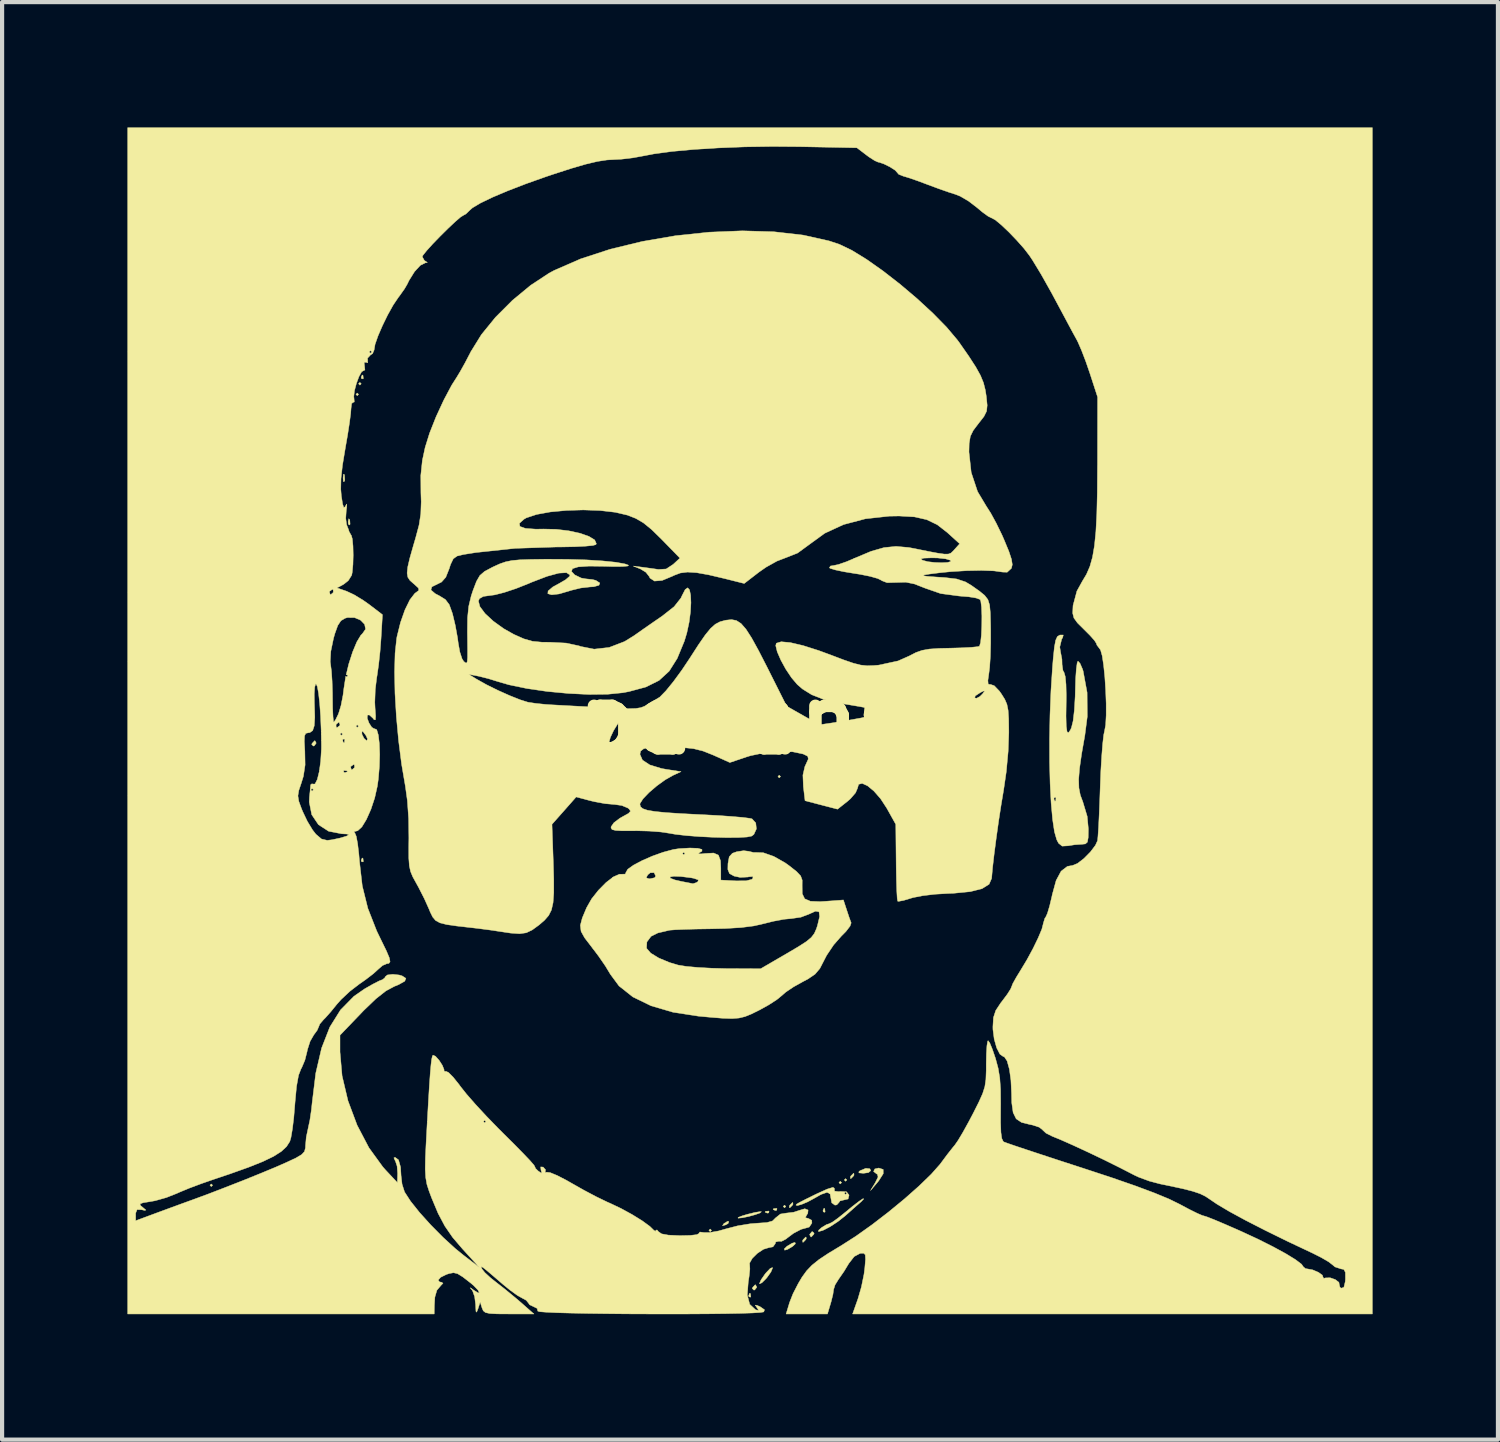
<source format=kicad_pcb>
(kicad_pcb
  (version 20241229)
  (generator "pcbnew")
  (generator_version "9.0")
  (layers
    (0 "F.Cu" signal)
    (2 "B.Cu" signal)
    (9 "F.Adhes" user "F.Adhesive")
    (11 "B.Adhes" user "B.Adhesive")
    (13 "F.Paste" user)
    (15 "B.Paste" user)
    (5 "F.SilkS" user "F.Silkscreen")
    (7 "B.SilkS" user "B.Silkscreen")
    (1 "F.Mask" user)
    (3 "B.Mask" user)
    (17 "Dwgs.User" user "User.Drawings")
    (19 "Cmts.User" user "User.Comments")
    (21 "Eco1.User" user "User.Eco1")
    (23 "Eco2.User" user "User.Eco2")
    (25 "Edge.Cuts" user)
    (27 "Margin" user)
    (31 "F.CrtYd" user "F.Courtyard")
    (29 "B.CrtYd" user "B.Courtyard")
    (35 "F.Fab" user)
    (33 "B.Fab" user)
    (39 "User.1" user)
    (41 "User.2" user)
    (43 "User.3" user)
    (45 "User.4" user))
  (footprint "pavan5"
    (layer "F.Cu")
    (at 14.864 14.165)
    (property "Reference" "pavan5" (at 0 0 0) (layer "F.SilkS") (effects (font (size 1.524 1.524) (thickness 0.3))))
    (attr through_hole)
    (fp_poly (pts (xy -12.827 11.144) (xy -12.859 11.176) (xy -12.89 11.144) (xy -12.859 11.113) (xy -12.827 11.144)) (stroke (width 0.01) (type solid)) (fill yes) (layer "F.SilkS"))
    (fp_poly (pts (xy -9.335 -7.779) (xy -9.366 -7.747) (xy -9.398 -7.779) (xy -9.366 -7.811) (xy -9.335 -7.779)) (stroke (width 0.01) (type solid)) (fill yes) (layer "F.SilkS"))
    (fp_poly (pts (xy -9.271 -8.033) (xy -9.303 -8.001) (xy -9.335 -8.033) (xy -9.303 -8.065) (xy -9.271 -8.033)) (stroke (width 0.01) (type solid)) (fill yes) (layer "F.SilkS"))
    (fp_poly (pts (xy -0.889 12.224) (xy -0.921 12.255) (xy -0.953 12.224) (xy -0.921 12.192) (xy -0.889 12.224)) (stroke (width 0.01) (type solid)) (fill yes) (layer "F.SilkS"))
    (fp_poly (pts (xy 0.762 1.365) (xy 0.73 1.397) (xy 0.699 1.365) (xy 0.73 1.333) (xy 0.762 1.365)) (stroke (width 0.01) (type solid)) (fill yes) (layer "F.SilkS"))
    (fp_poly (pts (xy 0.889 11.652) (xy 0.857 11.684) (xy 0.826 11.652) (xy 0.857 11.62) (xy 0.889 11.652)) (stroke (width 0.01) (type solid)) (fill yes) (layer "F.SilkS"))
    (fp_poly (pts (xy 2.223 11.081) (xy 2.191 11.113) (xy 2.159 11.081) (xy 2.191 11.049) (xy 2.223 11.081)) (stroke (width 0.01) (type solid)) (fill yes) (layer "F.SilkS"))
    (fp_poly (pts (xy 2.349 11.017) (xy 2.318 11.049) (xy 2.286 11.017) (xy 2.318 10.986) (xy 2.349 11.017)) (stroke (width 0.01) (type solid)) (fill yes) (layer "F.SilkS"))
    (fp_poly (pts (xy -9.673 -5.858) (xy -9.665 -5.728) (xy -9.673 -5.699) (xy -9.697 -5.691) (xy -9.705 -5.779) (xy -9.695 -5.869) (xy -9.673 -5.858)) (stroke (width 0.01) (type solid)) (fill yes) (layer "F.SilkS"))
    (fp_poly (pts (xy -9.545 -4.774) (xy -9.538 -4.675) (xy -9.55 -4.653) (xy -9.579 -4.672) (xy -9.583 -4.736) (xy -9.568 -4.804) (xy -9.545 -4.774)) (stroke (width 0.01) (type solid)) (fill yes) (layer "F.SilkS"))
    (fp_poly (pts (xy -9.229 -8.234) (xy -9.221 -8.158) (xy -9.229 -8.149) (xy -9.266 -8.158) (xy -9.271 -8.191) (xy -9.248 -8.244) (xy -9.229 -8.234)) (stroke (width 0.01) (type solid)) (fill yes) (layer "F.SilkS"))
    (fp_poly (pts (xy -9.229 3.323) (xy -9.221 3.399) (xy -9.229 3.408) (xy -9.266 3.399) (xy -9.271 3.365) (xy -9.248 3.313) (xy -9.229 3.323)) (stroke (width 0.01) (type solid)) (fill yes) (layer "F.SilkS"))
    (fp_poly (pts (xy 0.042 13.737) (xy 0.05 13.813) (xy 0.042 13.822) (xy 0.005 13.813) (xy 0 13.78) (xy 0.023 13.727) (xy 0.042 13.737)) (stroke (width 0.01) (type solid)) (fill yes) (layer "F.SilkS"))
    (fp_poly (pts (xy 0.487 11.769) (xy 0.478 11.806) (xy 0.445 11.811) (xy 0.392 11.788) (xy 0.402 11.769) (xy 0.478 11.761) (xy 0.487 11.769)) (stroke (width 0.01) (type solid)) (fill yes) (layer "F.SilkS"))
    (fp_poly (pts (xy 0.677 11.705) (xy 0.669 11.743) (xy 0.635 11.748) (xy 0.583 11.724) (xy 0.593 11.705) (xy 0.668 11.698) (xy 0.677 11.705)) (stroke (width 0.01) (type solid)) (fill yes) (layer "F.SilkS"))
    (fp_poly (pts (xy 1.82 11.705) (xy 1.828 11.781) (xy 1.82 11.79) (xy 1.783 11.781) (xy 1.778 11.748) (xy 1.801 11.695) (xy 1.82 11.705)) (stroke (width 0.01) (type solid)) (fill yes) (layer "F.SilkS"))
    (fp_poly (pts (xy -0.475 12.014) (xy -0.494 12.061) (xy -0.553 12.093) (xy -0.627 12.112) (xy -0.597 12.065) (xy -0.588 12.057) (xy -0.505 12.007) (xy -0.475 12.014)) (stroke (width 0.01) (type solid)) (fill yes) (layer "F.SilkS"))
    (fp_poly (pts (xy -10.351 0.557) (xy -10.351 0.572) (xy -10.399 0.633) (xy -10.418 0.635) (xy -10.456 0.596) (xy -10.446 0.572) (xy -10.389 0.511) (xy -10.379 0.508) (xy -10.351 0.557)) (stroke (width 0.01) (type solid)) (fill yes) (layer "F.SilkS"))
    (fp_poly (pts (xy 0.19 13.575) (xy 0.191 13.589) (xy 0.142 13.65) (xy 0.123 13.652) (xy 0.085 13.614) (xy 0.095 13.589) (xy 0.152 13.528) (xy 0.162 13.525) (xy 0.19 13.575)) (stroke (width 0.01) (type solid)) (fill yes) (layer "F.SilkS"))
    (fp_poly (pts (xy 1.06 11.598) (xy 1.048 11.62) (xy 0.988 11.681) (xy 0.977 11.684) (xy 0.972 11.643) (xy 0.984 11.62) (xy 1.044 11.56) (xy 1.055 11.557) (xy 1.06 11.598)) (stroke (width 0.01) (type solid)) (fill yes) (layer "F.SilkS"))
    (fp_poly (pts (xy 1.117 12.544) (xy 1.051 12.607) (xy 0.93 12.679) (xy 0.861 12.698) (xy 0.852 12.666) (xy 0.917 12.603) (xy 1.039 12.531) (xy 1.108 12.512) (xy 1.117 12.544)) (stroke (width 0.01) (type solid)) (fill yes) (layer "F.SilkS"))
    (fp_poly (pts (xy 1.377 12.424) (xy 1.365 12.446) (xy 1.305 12.507) (xy 1.294 12.509) (xy 1.29 12.468) (xy 1.302 12.446) (xy 1.362 12.385) (xy 1.373 12.383) (xy 1.377 12.424)) (stroke (width 0.01) (type solid)) (fill yes) (layer "F.SilkS"))
    (fp_poly (pts (xy 1.566 12.294) (xy 1.556 12.319) (xy 1.499 12.38) (xy 1.489 12.383) (xy 1.461 12.333) (xy 1.46 12.319) (xy 1.509 12.258) (xy 1.528 12.255) (xy 1.566 12.294)) (stroke (width 0.01) (type solid)) (fill yes) (layer "F.SilkS"))
    (fp_poly (pts (xy 2.52 10.9) (xy 2.508 10.922) (xy 2.448 10.983) (xy 2.437 10.986) (xy 2.433 10.944) (xy 2.445 10.922) (xy 2.505 10.861) (xy 2.516 10.858) (xy 2.52 10.9)) (stroke (width 0.01) (type solid)) (fill yes) (layer "F.SilkS"))
    (fp_poly (pts (xy 2.898 10.749) (xy 2.921 10.795) (xy 2.866 10.841) (xy 2.746 10.858) (xy 2.636 10.848) (xy 2.639 10.815) (xy 2.667 10.795) (xy 2.801 10.739) (xy 2.898 10.749)) (stroke (width 0.01) (type solid)) (fill yes) (layer "F.SilkS"))
    (fp_poly (pts (xy 0.305 11.778) (xy 0.27 11.807) (xy 0.152 11.849) (xy -0.004 11.892) (xy -0.156 11.923) (xy -0.254 11.932) (xy -0.254 11.915) (xy -0.154 11.876) (xy -0.034 11.84) (xy 0.149 11.795) (xy 0.274 11.775) (xy 0.305 11.778)) (stroke (width 0.01) (type solid)) (fill yes) (layer "F.SilkS"))
    (fp_poly (pts (xy 0.571 13.125) (xy 0.532 13.219) (xy 0.436 13.354) (xy 0.415 13.379) (xy 0.316 13.477) (xy 0.262 13.503) (xy 0.258 13.494) (xy 0.296 13.407) (xy 0.388 13.273) (xy 0.415 13.24) (xy 0.512 13.138) (xy 0.567 13.113) (xy 0.571 13.125)) (stroke (width 0.01) (type solid)) (fill yes) (layer "F.SilkS"))
    (fp_poly (pts (xy 3.218 10.766) (xy 3.219 10.868) (xy 3.113 11.035) (xy 3.076 11.081) (xy 2.914 11.271) (xy 3.027 11.086) (xy 3.095 10.948) (xy 3.08 10.882) (xy 3.063 10.874) (xy 2.988 10.815) (xy 3.017 10.754) (xy 3.111 10.732) (xy 3.218 10.766)) (stroke (width 0.01) (type solid)) (fill yes) (layer "F.SilkS"))
    (fp_poly (pts (xy 2.754 11.47) (xy 2.692 11.536) (xy 2.667 11.558) (xy 2.511 11.695) (xy 2.336 11.851) (xy 2.31 11.874) (xy 2.136 12.012) (xy 1.945 12.137) (xy 1.774 12.225) (xy 1.67 12.253) (xy 1.673 12.221) (xy 1.743 12.158) (xy 1.861 12.086) (xy 1.926 12.065) (xy 2.002 12.027) (xy 2.143 11.926) (xy 2.311 11.791) (xy 2.492 11.642) (xy 2.645 11.525) (xy 2.731 11.468) (xy 2.754 11.47)) (stroke (width 0.01) (type solid)) (fill yes) (layer "F.SilkS"))
    (fp_poly (pts (xy 2.051 11.219) (xy 2.05 11.221) (xy 2.053 11.285) (xy 2.149 11.297) (xy 2.196 11.293) (xy 2.34 11.3) (xy 2.399 11.377) (xy 2.401 11.382) (xy 2.378 11.473) (xy 2.291 11.493) (xy 2.185 11.519) (xy 2.159 11.557) (xy 2.108 11.613) (xy 2.064 11.62) (xy 1.987 11.565) (xy 1.968 11.462) (xy 1.947 11.347) (xy 1.92 11.335) (xy 2.286 11.335) (xy 2.318 11.367) (xy 2.349 11.335) (xy 2.318 11.303) (xy 2.286 11.335) (xy 1.92 11.335) (xy 1.874 11.314) (xy 1.731 11.364) (xy 1.556 11.463) (xy 1.41 11.542) (xy 1.269 11.601) (xy 1.166 11.63) (xy 1.13 11.62) (xy 1.148 11.595) (xy 1.214 11.557) (xy 1.365 11.479) (xy 1.572 11.377) (xy 1.63 11.349) (xy 1.877 11.237) (xy 2.017 11.194) (xy 2.051 11.219)) (stroke (width 0.01) (type solid)) (fill yes) (layer "F.SilkS"))
    (fp_poly (pts (xy 7.512 -1.96) (xy 7.488 -1.92) (xy 7.443 -1.734) (xy 7.462 -1.613) (xy 7.495 -1.44) (xy 7.498 -1.314) (xy 7.518 -1.174) (xy 7.547 -1.122) (xy 7.574 -1.028) (xy 7.592 -0.839) (xy 7.598 -0.588) (xy 7.597 -0.443) (xy 7.592 -0.081) (xy 7.598 0.162) (xy 7.617 0.293) (xy 7.65 0.319) (xy 7.698 0.249) (xy 7.722 0.196) (xy 7.762 0.035) (xy 7.792 -0.222) (xy 7.811 -0.546) (xy 7.815 -0.7) (xy 7.823 -0.98) (xy 7.839 -1.207) (xy 7.859 -1.354) (xy 7.878 -1.397) (xy 7.928 -1.342) (xy 7.987 -1.206) (xy 8.002 -1.159) (xy 8.097 -0.644) (xy 8.101 -0.069) (xy 8.043 0.381) (xy 7.965 0.825) (xy 7.916 1.168) (xy 7.895 1.432) (xy 7.901 1.638) (xy 7.934 1.808) (xy 7.993 1.966) (xy 7.994 1.968) (xy 8.099 2.317) (xy 8.127 2.619) (xy 8.123 2.825) (xy 8.104 2.934) (xy 8.055 2.977) (xy 7.977 2.985) (xy 7.799 2.997) (xy 7.641 3.022) (xy 7.5 3.03) (xy 7.414 2.961) (xy 7.371 2.879) (xy 7.316 2.688) (xy 7.271 2.389) (xy 7.236 1.999) (xy 7.231 1.905) (xy 7.303 1.905) (xy 7.326 1.957) (xy 7.345 1.947) (xy 7.352 1.872) (xy 7.345 1.863) (xy 7.307 1.871) (xy 7.303 1.905) (xy 7.231 1.905) (xy 7.212 1.536) (xy 7.199 1.018) (xy 7.198 0.463) (xy 7.209 -0.11) (xy 7.232 -0.685) (xy 7.268 -1.243) (xy 7.286 -1.46) (xy 7.314 -1.73) (xy 7.345 -1.896) (xy 7.386 -1.985) (xy 7.444 -2.02) (xy 7.449 -2.021) (xy 7.527 -2.022) (xy 7.512 -1.96)) (stroke (width 0.01) (type solid)) (fill yes) (layer "F.SilkS"))
    (fp_poly (pts (xy -1.219 3.082) (xy -1.118 3.108) (xy -1.118 3.151) (xy -1.179 3.186) (xy -1.214 3.214) (xy -1.128 3.215) (xy -1.048 3.206) (xy -0.84 3.195) (xy -0.724 3.245) (xy -0.675 3.379) (xy -0.667 3.556) (xy -0.667 3.842) (xy -0.308 3.861) (xy -0.064 3.86) (xy 0.076 3.825) (xy 0.099 3.804) (xy 0.101 3.756) (xy 0.001 3.764) (xy -0.018 3.769) (xy -0.205 3.778) (xy -0.349 3.747) (xy -0.46 3.686) (xy -0.499 3.588) (xy -0.496 3.449) (xy -0.466 3.285) (xy -0.39 3.201) (xy -0.286 3.164) (xy -0.12 3.139) (xy 0 3.154) (xy 0.119 3.183) (xy 0.156 3.181) (xy 0.35 3.188) (xy 0.598 3.275) (xy 0.871 3.429) (xy 0.963 3.495) (xy 1.145 3.638) (xy 1.243 3.742) (xy 1.28 3.843) (xy 1.279 3.972) (xy 1.279 3.972) (xy 1.281 4.169) (xy 1.34 4.29) (xy 1.476 4.349) (xy 1.708 4.358) (xy 1.84 4.35) (xy 2.266 4.318) (xy 2.344 4.556) (xy 2.401 4.728) (xy 2.446 4.851) (xy 2.452 4.866) (xy 2.425 4.944) (xy 2.326 5.073) (xy 2.217 5.183) (xy 2.032 5.394) (xy 1.863 5.646) (xy 1.804 5.761) (xy 1.702 5.959) (xy 1.587 6.094) (xy 1.418 6.209) (xy 1.287 6.278) (xy 1.072 6.398) (xy 0.888 6.522) (xy 0.794 6.604) (xy 0.674 6.702) (xy 0.48 6.828) (xy 0.252 6.954) (xy 0.238 6.961) (xy 0.061 7.048) (xy -0.087 7.108) (xy -0.231 7.143) (xy -0.399 7.156) (xy -0.618 7.149) (xy -0.917 7.125) (xy -1.206 7.098) (xy -1.813 7.004) (xy -2.337 6.85) (xy -2.771 6.639) (xy -3.103 6.376) (xy -3.309 6.097) (xy -3.428 5.9) (xy -3.594 5.659) (xy -3.737 5.47) (xy -2.445 5.47) (xy -2.443 5.476) (xy -2.344 5.59) (xy -2.151 5.708) (xy -1.894 5.815) (xy -1.69 5.876) (xy -1.499 5.907) (xy -1.218 5.933) (xy -0.887 5.951) (xy -0.541 5.96) (xy -0.54 5.96) (xy 0.286 5.964) (xy 0.92 5.595) (xy 1.194 5.433) (xy 1.38 5.313) (xy 1.498 5.215) (xy 1.571 5.119) (xy 1.621 5.005) (xy 1.645 4.931) (xy 1.697 4.714) (xy 1.683 4.602) (xy 1.598 4.586) (xy 1.451 4.653) (xy 1.25 4.73) (xy 1.031 4.762) (xy 1.027 4.763) (xy 0.841 4.78) (xy 0.593 4.827) (xy 0.381 4.88) (xy 0.125 4.939) (xy -0.181 4.978) (xy -0.564 5.001) (xy -0.921 5.009) (xy -1.25 5.014) (xy -1.539 5.022) (xy -1.76 5.031) (xy -1.889 5.041) (xy -1.905 5.044) (xy -2.038 5.076) (xy -2.173 5.107) (xy -2.336 5.188) (xy -2.436 5.322) (xy -2.445 5.47) (xy -3.737 5.47) (xy -3.766 5.432) (xy -3.925 5.225) (xy -4.011 5.07) (xy -4.028 4.925) (xy -3.982 4.749) (xy -3.877 4.499) (xy -3.876 4.498) (xy -3.758 4.291) (xy -3.594 4.084) (xy -3.412 3.9) (xy -3.266 3.788) (xy -2.454 3.788) (xy -2.387 3.81) (xy -2.357 3.81) (xy -2.25 3.786) (xy -2.234 3.766) (xy -1.881 3.766) (xy -1.877 3.797) (xy -1.766 3.839) (xy -1.604 3.876) (xy -1.442 3.907) (xy -1.343 3.927) (xy -1.333 3.929) (xy -1.259 3.905) (xy -1.217 3.882) (xy -1.204 3.838) (xy -1.313 3.8) (xy -1.376 3.788) (xy -1.619 3.757) (xy -1.791 3.751) (xy -1.881 3.766) (xy -2.234 3.766) (xy -2.223 3.75) (xy -2.264 3.665) (xy -2.355 3.667) (xy -2.414 3.715) (xy -2.454 3.788) (xy -3.266 3.788) (xy -3.235 3.764) (xy -3.091 3.701) (xy -3.045 3.702) (xy -2.953 3.699) (xy -2.939 3.662) (xy -2.895 3.584) (xy -2.755 3.484) (xy -2.549 3.375) (xy -2.304 3.268) (xy -2.133 3.207) (xy -1.587 3.207) (xy -1.556 3.239) (xy -1.524 3.207) (xy -1.556 3.175) (xy -1.587 3.207) (xy -2.133 3.207) (xy -2.046 3.176) (xy -1.804 3.111) (xy -1.666 3.09) (xy -1.407 3.075) (xy -1.219 3.082)) (stroke (width 0.01) (type solid)) (fill yes) (layer "F.SilkS"))
    (fp_poly (pts (xy 0.602 -11.67) (xy 1.302 -11.59) (xy 1.923 -11.451) (xy 2.172 -11.368) (xy 2.466 -11.227) (xy 2.821 -11.009) (xy 3.215 -10.731) (xy 3.626 -10.411) (xy 4.031 -10.068) (xy 4.409 -9.719) (xy 4.737 -9.384) (xy 4.993 -9.08) (xy 5.036 -9.022) (xy 5.267 -8.691) (xy 5.432 -8.436) (xy 5.545 -8.233) (xy 5.617 -8.058) (xy 5.661 -7.885) (xy 5.685 -7.731) (xy 5.706 -7.518) (xy 5.692 -7.377) (xy 5.629 -7.25) (xy 5.5 -7.085) (xy 5.372 -6.916) (xy 5.303 -6.775) (xy 5.275 -6.606) (xy 5.27 -6.4) (xy 5.324 -5.91) (xy 5.476 -5.453) (xy 5.683 -5.107) (xy 5.791 -4.938) (xy 5.924 -4.694) (xy 6.059 -4.417) (xy 6.109 -4.303) (xy 6.225 -4.023) (xy 6.288 -3.832) (xy 6.307 -3.705) (xy 6.286 -3.618) (xy 6.285 -3.616) (xy 6.185 -3.524) (xy 6.076 -3.527) (xy 5.868 -3.556) (xy 5.569 -3.567) (xy 5.212 -3.56) (xy 4.83 -3.537) (xy 4.572 -3.511) (xy 4.326 -3.48) (xy 4.193 -3.458) (xy 4.175 -3.44) (xy 4.276 -3.425) (xy 4.499 -3.408) (xy 4.691 -3.396) (xy 4.976 -3.362) (xy 5.189 -3.291) (xy 5.326 -3.209) (xy 5.517 -3.074) (xy 5.645 -2.97) (xy 5.723 -2.869) (xy 5.764 -2.74) (xy 5.781 -2.554) (xy 5.788 -2.282) (xy 5.79 -2.153) (xy 5.79 -1.825) (xy 5.782 -1.511) (xy 5.765 -1.25) (xy 5.749 -1.119) (xy 5.723 -0.934) (xy 5.73 -0.848) (xy 5.774 -0.836) (xy 5.785 -0.839) (xy 5.875 -0.808) (xy 5.997 -0.681) (xy 6.048 -0.609) (xy 6.127 -0.483) (xy 6.178 -0.364) (xy 6.207 -0.22) (xy 6.22 -0.019) (xy 6.224 0.272) (xy 6.224 0.318) (xy 6.208 0.762) (xy 6.163 1.25) (xy 6.1 1.683) (xy 6.041 2.035) (xy 5.98 2.43) (xy 5.923 2.836) (xy 5.873 3.219) (xy 5.835 3.546) (xy 5.814 3.784) (xy 5.813 3.801) (xy 5.752 3.942) (xy 5.583 4.048) (xy 5.301 4.119) (xy 4.902 4.158) (xy 4.763 4.163) (xy 4.455 4.181) (xy 4.163 4.216) (xy 3.934 4.261) (xy 3.876 4.278) (xy 3.704 4.33) (xy 3.588 4.351) (xy 3.564 4.347) (xy 3.553 4.277) (xy 3.543 4.103) (xy 3.535 3.849) (xy 3.529 3.539) (xy 3.528 3.414) (xy 3.519 2.508) (xy 3.303 2.121) (xy 3.155 1.895) (xy 2.996 1.713) (xy 2.844 1.587) (xy 2.716 1.529) (xy 2.63 1.551) (xy 2.603 1.646) (xy 2.556 1.755) (xy 2.437 1.893) (xy 2.365 1.957) (xy 2.126 2.146) (xy 1.737 2.045) (xy 1.348 1.943) (xy 1.308 1.605) (xy 1.297 1.331) (xy 1.344 1.126) (xy 1.367 1.077) (xy 1.426 0.946) (xy 1.413 0.879) (xy 1.313 0.83) (xy 1.3 0.825) (xy 1.053 0.773) (xy 0.732 0.764) (xy 0.381 0.796) (xy 0.044 0.866) (xy -0.054 0.896) (xy -0.451 1.03) (xy -0.845 0.853) (xy -1.088 0.756) (xy -1.319 0.698) (xy -1.592 0.669) (xy -1.793 0.661) (xy -2.135 0.657) (xy -2.369 0.669) (xy -2.513 0.7) (xy -2.585 0.755) (xy -2.603 0.831) (xy -2.542 0.971) (xy -2.366 1.087) (xy -2.084 1.173) (xy -1.966 1.194) (xy -1.619 1.248) (xy -1.81 1.336) (xy -1.999 1.443) (xy -2.201 1.59) (xy -2.388 1.75) (xy -2.53 1.899) (xy -2.601 2.012) (xy -2.603 2.031) (xy -2.588 2.088) (xy -2.533 2.134) (xy -2.424 2.171) (xy -2.247 2.201) (xy -1.988 2.227) (xy -1.632 2.251) (xy -1.166 2.275) (xy -1.079 2.279) (xy -0.72 2.298) (xy -0.401 2.321) (xy -0.144 2.343) (xy 0.026 2.365) (xy 0.079 2.377) (xy 0.169 2.475) (xy 0.184 2.618) (xy 0.124 2.749) (xy 0.073 2.789) (xy -0.04 2.812) (xy -0.251 2.824) (xy -0.529 2.826) (xy -0.848 2.818) (xy -1.176 2.802) (xy -1.486 2.778) (xy -1.749 2.748) (xy -1.905 2.721) (xy -2.105 2.691) (xy -2.38 2.67) (xy -2.678 2.662) (xy -2.751 2.663) (xy -3.02 2.664) (xy -3.185 2.655) (xy -3.269 2.633) (xy -3.294 2.593) (xy -3.291 2.564) (xy -3.225 2.47) (xy -3.085 2.364) (xy -3.024 2.329) (xy -2.876 2.247) (xy -2.827 2.193) (xy -2.862 2.141) (xy -2.893 2.117) (xy -3.035 2.058) (xy -3.222 2.031) (xy -3.235 2.031) (xy -3.431 2.014) (xy -3.675 1.97) (xy -3.794 1.942) (xy -4.128 1.853) (xy -4.417 2.181) (xy -4.707 2.508) (xy -4.676 3.397) (xy -4.664 3.824) (xy -4.664 4.145) (xy -4.681 4.383) (xy -4.72 4.557) (xy -4.787 4.69) (xy -4.885 4.803) (xy -5.016 4.916) (xy -5.179 5.035) (xy -5.321 5.103) (xy -5.481 5.126) (xy -5.695 5.111) (xy -5.937 5.075) (xy -6.19 5.037) (xy -6.482 4.999) (xy -6.636 4.981) (xy -6.982 4.942) (xy -7.225 4.907) (xy -7.387 4.866) (xy -7.492 4.809) (xy -7.561 4.727) (xy -7.619 4.61) (xy -7.648 4.538) (xy -7.761 4.287) (xy -7.899 4.016) (xy -7.961 3.904) (xy -8.039 3.762) (xy -8.09 3.639) (xy -8.12 3.502) (xy -8.133 3.321) (xy -8.134 3.065) (xy -8.131 2.836) (xy -8.137 2.374) (xy -8.167 1.943) (xy -8.215 1.598) (xy -8.305 1.07) (xy -8.37 0.562) (xy -3.346 0.562) (xy -3.342 0.604) (xy -3.255 0.685) (xy -3.121 0.684) (xy -2.985 0.603) (xy -2.97 0.587) (xy -2.913 0.464) (xy -2.887 0.29) (xy -2.892 0.116) (xy -2.929 -0.012) (xy -2.966 -0.047) (xy -3.038 -0.011) (xy -3.134 0.105) (xy -3.232 0.264) (xy -3.31 0.429) (xy -3.346 0.562) (xy -8.37 0.562) (xy -8.377 0.507) (xy -8.43 -0.066) (xy -8.463 -0.624) (xy -8.473 -1.139) (xy -8.461 -1.587) (xy -8.423 -1.94) (xy -8.414 -1.988) (xy -8.331 -2.322) (xy -8.225 -2.623) (xy -8.107 -2.864) (xy -7.99 -3.016) (xy -7.958 -3.04) (xy -7.891 -3.091) (xy -7.893 -3.099) (xy -7.603 -3.099) (xy -7.501 -3.011) (xy -7.399 -2.958) (xy -7.257 -2.87) (xy -7.165 -2.749) (xy -7.093 -2.549) (xy -7.085 -2.522) (xy -7.021 -2.254) (xy -6.967 -1.956) (xy -6.95 -1.828) (xy -6.912 -1.616) (xy -6.859 -1.453) (xy -6.819 -1.391) (xy -6.778 -1.357) (xy -6.75 -1.35) (xy -6.734 -1.387) (xy -6.726 -1.488) (xy -6.726 -1.672) (xy -6.729 -1.957) (xy -6.731 -2.088) (xy -6.727 -2.436) (xy -6.699 -2.708) (xy -6.64 -2.956) (xy -6.597 -3.086) (xy -6.513 -3.306) (xy -6.433 -3.445) (xy -6.321 -3.542) (xy -6.144 -3.637) (xy -6.101 -3.658) (xy -5.953 -3.725) (xy -5.817 -3.772) (xy -5.667 -3.803) (xy -5.475 -3.821) (xy -5.212 -3.83) (xy -4.852 -3.835) (xy -4.826 -3.835) (xy -4.336 -3.832) (xy -3.886 -3.819) (xy -3.494 -3.794) (xy -3.179 -3.762) (xy -2.959 -3.722) (xy -2.874 -3.691) (xy -2.894 -3.672) (xy -3.019 -3.661) (xy -3.228 -3.659) (xy -3.439 -3.665) (xy -3.82 -3.67) (xy -4.079 -3.652) (xy -4.217 -3.609) (xy -4.24 -3.542) (xy -4.163 -3.46) (xy -4.006 -3.384) (xy -3.898 -3.365) (xy -3.736 -3.348) (xy -3.656 -3.327) (xy -3.562 -3.266) (xy -3.583 -3.212) (xy -3.706 -3.177) (xy -3.794 -3.172) (xy -4.016 -3.147) (xy -4.253 -3.089) (xy -4.286 -3.078) (xy -4.538 -3.004) (xy -4.715 -2.984) (xy -4.806 -3.01) (xy -4.8 -3.075) (xy -4.687 -3.171) (xy -4.539 -3.252) (xy -4.38 -3.344) (xy -4.287 -3.425) (xy -4.276 -3.458) (xy -4.36 -3.513) (xy -4.545 -3.502) (xy -4.824 -3.426) (xy -5.19 -3.286) (xy -5.278 -3.248) (xy -5.569 -3.133) (xy -5.849 -3.04) (xy -6.076 -2.982) (xy -6.159 -2.971) (xy -6.349 -2.945) (xy -6.443 -2.892) (xy -6.467 -2.835) (xy -6.433 -2.703) (xy -6.308 -2.535) (xy -6.111 -2.353) (xy -5.865 -2.175) (xy -5.621 -2.037) (xy -5.38 -1.93) (xy -5.175 -1.871) (xy -4.943 -1.849) (xy -4.756 -1.848) (xy -4.366 -1.828) (xy -4.058 -1.761) (xy -4.02 -1.747) (xy -3.697 -1.683) (xy -3.338 -1.724) (xy -2.971 -1.865) (xy -2.747 -2.003) (xy -2.529 -2.157) (xy -2.268 -2.338) (xy -2.065 -2.478) (xy -1.785 -2.699) (xy -1.622 -2.905) (xy -1.597 -2.959) (xy -1.52 -3.109) (xy -1.46 -3.151) (xy -1.416 -3.102) (xy -1.39 -2.977) (xy -1.382 -2.794) (xy -1.394 -2.571) (xy -1.426 -2.325) (xy -1.48 -2.072) (xy -1.54 -1.873) (xy -1.71 -1.462) (xy -1.903 -1.156) (xy -2.145 -0.934) (xy -2.458 -0.778) (xy -2.865 -0.668) (xy -3.014 -0.64) (xy -3.373 -0.604) (xy -3.818 -0.599) (xy -4.314 -0.623) (xy -4.823 -0.671) (xy -5.31 -0.742) (xy -5.739 -0.831) (xy -6.001 -0.907) (xy -6.226 -0.977) (xy -6.448 -1.033) (xy -6.477 -1.039) (xy -6.699 -1.081) (xy -6.509 -0.964) (xy -6.279 -0.835) (xy -6.002 -0.698) (xy -5.718 -0.571) (xy -5.464 -0.47) (xy -5.282 -0.413) (xy -5.282 -0.413) (xy -5.096 -0.385) (xy -4.852 -0.36) (xy -4.711 -0.351) (xy -4.508 -0.34) (xy -4.217 -0.324) (xy -3.873 -0.306) (xy -3.515 -0.286) (xy -3.479 -0.284) (xy -3.125 -0.266) (xy -2.874 -0.259) (xy -2.701 -0.264) (xy -2.582 -0.283) (xy -2.493 -0.317) (xy -2.432 -0.354) (xy -2.302 -0.436) (xy -2.225 -0.476) (xy -2.223 -0.477) (xy -2.126 -0.537) (xy -1.98 -0.687) (xy -1.8 -0.908) (xy -1.6 -1.181) (xy -1.412 -1.462) (xy -1.202 -1.788) (xy -1.04 -2.022) (xy -0.911 -2.18) (xy -0.798 -2.28) (xy -0.686 -2.339) (xy -0.559 -2.373) (xy -0.544 -2.376) (xy -0.411 -2.39) (xy -0.295 -2.368) (xy -0.183 -2.296) (xy -0.066 -2.162) (xy 0.069 -1.953) (xy 0.233 -1.655) (xy 0.438 -1.256) (xy 0.45 -1.232) (xy 0.909 -0.318) (xy 1.296 -0.098) (xy 1.489 0.011) (xy 1.633 0.091) (xy 1.699 0.125) (xy 1.699 0.125) (xy 1.765 0.116) (xy 1.928 0.092) (xy 2.161 0.055) (xy 2.334 0.028) (xy 2.699 -0.038) (xy 2.937 -0.1) (xy 3.05 -0.157) (xy 3.037 -0.212) (xy 2.899 -0.264) (xy 2.637 -0.313) (xy 2.594 -0.32) (xy 2.137 -0.397) (xy 1.782 -0.485) (xy 1.701 -0.517) (xy 5.407 -0.517) (xy 5.453 -0.508) (xy 5.534 -0.552) (xy 5.596 -0.614) (xy 5.648 -0.684) (xy 5.611 -0.679) (xy 5.54 -0.643) (xy 5.421 -0.565) (xy 5.407 -0.517) (xy 1.701 -0.517) (xy 1.507 -0.593) (xy 1.288 -0.729) (xy 1.162 -0.838) (xy 1.023 -1.002) (xy 0.886 -1.207) (xy 0.768 -1.423) (xy 0.683 -1.619) (xy 0.647 -1.766) (xy 0.661 -1.825) (xy 0.778 -1.86) (xy 0.996 -1.84) (xy 1.3 -1.769) (xy 1.677 -1.649) (xy 1.96 -1.545) (xy 2.276 -1.425) (xy 2.506 -1.346) (xy 2.681 -1.302) (xy 2.833 -1.286) (xy 2.993 -1.291) (xy 3.111 -1.301) (xy 3.574 -1.401) (xy 3.842 -1.52) (xy 4.001 -1.602) (xy 4.148 -1.654) (xy 4.321 -1.685) (xy 4.554 -1.701) (xy 4.822 -1.707) (xy 5.1 -1.715) (xy 5.328 -1.727) (xy 5.477 -1.742) (xy 5.521 -1.753) (xy 5.548 -1.84) (xy 5.567 -2.016) (xy 5.577 -2.241) (xy 5.579 -2.477) (xy 5.571 -2.687) (xy 5.553 -2.831) (xy 5.537 -2.871) (xy 5.444 -2.906) (xy 5.263 -2.936) (xy 5.038 -2.954) (xy 4.594 -3.013) (xy 4.223 -3.142) (xy 3.965 -3.243) (xy 3.758 -3.285) (xy 3.545 -3.279) (xy 3.545 -3.279) (xy 3.312 -3.273) (xy 3.186 -3.321) (xy 3.18 -3.328) (xy 3.089 -3.373) (xy 2.905 -3.425) (xy 2.661 -3.474) (xy 2.538 -3.493) (xy 2.281 -3.535) (xy 2.076 -3.578) (xy 1.953 -3.615) (xy 1.931 -3.629) (xy 1.955 -3.672) (xy 2.027 -3.683) (xy 2.149 -3.709) (xy 2.342 -3.776) (xy 2.497 -3.842) (xy 4.12 -3.842) (xy 4.158 -3.811) (xy 4.159 -3.81) (xy 4.284 -3.776) (xy 4.448 -3.757) (xy 4.617 -3.751) (xy 4.758 -3.758) (xy 4.836 -3.78) (xy 4.826 -3.81) (xy 4.712 -3.844) (xy 4.521 -3.865) (xy 4.381 -3.868) (xy 4.192 -3.861) (xy 4.12 -3.842) (xy 2.497 -3.842) (xy 2.555 -3.867) (xy 2.928 -4.024) (xy 3.238 -4.113) (xy 3.525 -4.142) (xy 3.83 -4.115) (xy 3.969 -4.089) (xy 4.302 -4.021) (xy 4.533 -3.978) (xy 4.684 -3.957) (xy 4.779 -3.959) (xy 4.839 -3.982) (xy 4.888 -4.028) (xy 4.922 -4.065) (xy 5.048 -4.205) (xy 4.75 -4.475) (xy 4.512 -4.66) (xy 4.261 -4.781) (xy 3.967 -4.848) (xy 3.599 -4.869) (xy 3.362 -4.865) (xy 2.792 -4.802) (xy 2.27 -4.664) (xy 1.821 -4.457) (xy 1.506 -4.228) (xy 1.169 -3.982) (xy 0.903 -3.877) (xy 0.676 -3.79) (xy 0.416 -3.645) (xy 0.248 -3.528) (xy -0.107 -3.254) (xy -0.577 -3.372) (xy -0.96 -3.462) (xy -1.247 -3.513) (xy -1.464 -3.527) (xy -1.636 -3.505) (xy -1.79 -3.447) (xy -1.825 -3.429) (xy -2.071 -3.327) (xy -2.254 -3.312) (xy -2.363 -3.384) (xy -2.377 -3.417) (xy -2.46 -3.523) (xy -2.588 -3.601) (xy -2.762 -3.671) (xy -2.556 -3.645) (xy -2.34 -3.616) (xy -2.16 -3.59) (xy -1.975 -3.601) (xy -1.808 -3.711) (xy -1.645 -3.861) (xy -2.086 -4.313) (xy -2.324 -4.546) (xy -2.518 -4.704) (xy -2.701 -4.811) (xy -2.899 -4.889) (xy -3.194 -4.958) (xy -3.556 -5) (xy -3.956 -5.014) (xy -4.363 -5.002) (xy -4.746 -4.966) (xy -5.075 -4.906) (xy -5.32 -4.825) (xy -5.377 -4.792) (xy -5.487 -4.693) (xy -5.474 -4.619) (xy -5.342 -4.572) (xy -5.092 -4.554) (xy -4.911 -4.557) (xy -4.603 -4.55) (xy -4.304 -4.514) (xy -4.036 -4.456) (xy -3.823 -4.381) (xy -3.685 -4.296) (xy -3.646 -4.209) (xy -3.656 -4.184) (xy -3.728 -4.164) (xy -3.904 -4.147) (xy -4.16 -4.134) (xy -4.471 -4.128) (xy -4.588 -4.128) (xy -5.587 -4.095) (xy -6.526 -3.995) (xy -6.823 -3.948) (xy -6.978 -3.911) (xy -7.069 -3.844) (xy -7.134 -3.709) (xy -7.167 -3.606) (xy -7.248 -3.403) (xy -7.349 -3.289) (xy -7.44 -3.244) (xy -7.582 -3.174) (xy -7.603 -3.099) (xy -7.893 -3.099) (xy -7.904 -3.147) (xy -8.007 -3.241) (xy -8.025 -3.256) (xy -8.106 -3.328) (xy -8.156 -3.404) (xy -8.173 -3.503) (xy -8.158 -3.649) (xy -8.108 -3.863) (xy -8.022 -4.166) (xy -7.968 -4.35) (xy -7.887 -4.654) (xy -7.846 -4.92) (xy -7.836 -5.209) (xy -7.843 -5.429) (xy -7.846 -5.839) (xy -7.808 -6.201) (xy -7.742 -6.509) (xy -7.636 -6.85) (xy -7.48 -7.244) (xy -7.296 -7.642) (xy -7.107 -7.998) (xy -6.984 -8.191) (xy -6.903 -8.325) (xy -6.788 -8.531) (xy -6.664 -8.769) (xy -6.646 -8.804) (xy -6.396 -9.208) (xy -6.056 -9.626) (xy -5.653 -10.029) (xy -5.217 -10.389) (xy -4.778 -10.678) (xy -4.656 -10.744) (xy -4.021 -11.021) (xy -3.31 -11.253) (xy -2.546 -11.438) (xy -1.751 -11.575) (xy -0.946 -11.66) (xy -0.155 -11.692) (xy 0.602 -11.67)) (stroke (width 0.01) (type solid)) (fill yes) (layer "F.SilkS"))
    (fp_poly (pts (xy 14.922 14.224) (xy 2.486 14.224) (xy 2.615 13.859) (xy 2.696 13.579) (xy 2.759 13.272) (xy 2.778 13.123) (xy 2.795 12.917) (xy 2.789 12.808) (xy 2.751 12.77) (xy 2.673 12.773) (xy 2.666 12.774) (xy 2.524 12.85) (xy 2.395 13.016) (xy 2.28 13.206) (xy 2.163 13.375) (xy 2.152 13.39) (xy 2.066 13.529) (xy 2.032 13.638) (xy 2.015 13.758) (xy 1.971 13.935) (xy 1.958 13.979) (xy 1.885 14.224) (xy 0.895 14.224) (xy 0.978 13.949) (xy 1.061 13.738) (xy 1.187 13.493) (xy 1.276 13.343) (xy 1.386 13.191) (xy 1.512 13.059) (xy 1.678 12.925) (xy 1.908 12.772) (xy 2.215 12.587) (xy 2.565 12.363) (xy 2.949 12.09) (xy 3.344 11.786) (xy 3.727 11.471) (xy 4.076 11.162) (xy 4.368 10.879) (xy 4.579 10.641) (xy 4.613 10.595) (xy 4.752 10.408) (xy 4.881 10.244) (xy 4.932 10.183) (xy 5.009 10.072) (xy 5.126 9.876) (xy 5.263 9.628) (xy 5.367 9.431) (xy 5.506 9.155) (xy 5.597 8.952) (xy 5.65 8.785) (xy 5.675 8.614) (xy 5.683 8.4) (xy 5.683 8.249) (xy 5.688 7.999) (xy 5.7 7.805) (xy 5.718 7.697) (xy 5.728 7.684) (xy 5.768 7.739) (xy 5.829 7.887) (xy 5.9 8.094) (xy 5.906 8.112) (xy 5.968 8.343) (xy 6.007 8.575) (xy 6.026 8.846) (xy 6.029 9.195) (xy 6.028 9.301) (xy 6.027 9.644) (xy 6.035 9.878) (xy 6.055 10.022) (xy 6.089 10.094) (xy 6.104 10.107) (xy 6.185 10.137) (xy 6.371 10.201) (xy 6.646 10.293) (xy 6.994 10.408) (xy 7.401 10.542) (xy 7.85 10.688) (xy 8.001 10.737) (xy 8.684 10.962) (xy 9.249 11.158) (xy 9.705 11.328) (xy 10.056 11.473) (xy 10.309 11.597) (xy 10.311 11.598) (xy 10.541 11.721) (xy 10.733 11.816) (xy 10.857 11.869) (xy 10.882 11.875) (xy 10.963 11.9) (xy 11.137 11.968) (xy 11.381 12.071) (xy 11.672 12.198) (xy 11.789 12.25) (xy 12.188 12.435) (xy 12.548 12.616) (xy 12.851 12.781) (xy 13.084 12.924) (xy 13.229 13.034) (xy 13.271 13.096) (xy 13.323 13.139) (xy 13.364 13.145) (xy 13.495 13.169) (xy 13.631 13.227) (xy 13.726 13.295) (xy 13.742 13.344) (xy 13.759 13.372) (xy 13.803 13.361) (xy 13.913 13.358) (xy 14.036 13.401) (xy 14.122 13.467) (xy 14.131 13.522) (xy 14.148 13.588) (xy 14.181 13.607) (xy 14.241 13.585) (xy 14.273 13.452) (xy 14.278 13.392) (xy 14.277 13.229) (xy 14.24 13.158) (xy 14.171 13.145) (xy 14.028 13.098) (xy 13.969 13.048) (xy 13.874 12.975) (xy 13.699 12.873) (xy 13.481 12.763) (xy 13.469 12.758) (xy 12.887 12.483) (xy 12.356 12.222) (xy 11.889 11.983) (xy 11.501 11.772) (xy 11.205 11.596) (xy 11.043 11.486) (xy 10.931 11.411) (xy 10.801 11.347) (xy 10.629 11.289) (xy 10.392 11.228) (xy 10.066 11.158) (xy 9.842 11.112) (xy 9.585 11.044) (xy 9.33 10.95) (xy 9.23 10.903) (xy 8.892 10.729) (xy 8.514 10.541) (xy 8.127 10.356) (xy 7.762 10.187) (xy 7.453 10.05) (xy 7.259 9.971) (xy 7.113 9.897) (xy 7.029 9.819) (xy 7.027 9.814) (xy 6.95 9.755) (xy 6.794 9.704) (xy 6.726 9.69) (xy 6.529 9.641) (xy 6.4 9.555) (xy 6.327 9.406) (xy 6.294 9.172) (xy 6.289 8.947) (xy 6.274 8.632) (xy 6.237 8.366) (xy 6.183 8.171) (xy 6.117 8.072) (xy 6.091 8.065) (xy 6.01 8.007) (xy 5.933 7.857) (xy 5.874 7.648) (xy 5.844 7.416) (xy 5.843 7.353) (xy 5.856 7.132) (xy 5.911 6.963) (xy 6.029 6.784) (xy 6.065 6.738) (xy 6.187 6.575) (xy 6.267 6.449) (xy 6.287 6.402) (xy 6.318 6.321) (xy 6.402 6.17) (xy 6.504 6.004) (xy 6.658 5.748) (xy 6.804 5.478) (xy 6.927 5.224) (xy 7.014 5.017) (xy 7.048 4.885) (xy 7.048 4.88) (xy 7.086 4.756) (xy 7.107 4.728) (xy 7.147 4.64) (xy 7.2 4.462) (xy 7.255 4.231) (xy 7.263 4.191) (xy 7.356 3.851) (xy 7.475 3.629) (xy 7.626 3.514) (xy 7.748 3.493) (xy 7.866 3.445) (xy 8.021 3.326) (xy 8.175 3.17) (xy 8.296 3.01) (xy 8.347 2.898) (xy 8.357 2.793) (xy 8.371 2.584) (xy 8.385 2.294) (xy 8.399 1.946) (xy 8.411 1.604) (xy 8.426 1.221) (xy 8.447 0.872) (xy 8.47 0.58) (xy 8.494 0.37) (xy 8.515 0.271) (xy 8.541 0.129) (xy 8.553 -0.1) (xy 8.553 -0.386) (xy 8.541 -0.701) (xy 8.521 -1.015) (xy 8.492 -1.299) (xy 8.458 -1.524) (xy 8.419 -1.661) (xy 8.405 -1.682) (xy 8.332 -1.779) (xy 8.318 -1.821) (xy 8.275 -1.889) (xy 8.164 -2.014) (xy 8.025 -2.153) (xy 7.866 -2.311) (xy 7.782 -2.427) (xy 7.752 -2.543) (xy 7.759 -2.701) (xy 7.761 -2.73) (xy 7.853 -3.073) (xy 7.982 -3.307) (xy 8.082 -3.474) (xy 8.163 -3.661) (xy 8.226 -3.884) (xy 8.273 -4.158) (xy 8.307 -4.498) (xy 8.329 -4.918) (xy 8.341 -5.434) (xy 8.345 -6.062) (xy 8.346 -6.096) (xy 8.348 -7.715) (xy 8.162 -8.287) (xy 8.065 -8.568) (xy 7.965 -8.829) (xy 7.879 -9.027) (xy 7.852 -9.081) (xy 7.752 -9.263) (xy 7.627 -9.496) (xy 7.544 -9.652) (xy 7.246 -10.208) (xy 6.997 -10.651) (xy 6.795 -10.984) (xy 6.72 -11.097) (xy 6.587 -11.27) (xy 6.414 -11.465) (xy 6.227 -11.66) (xy 6.048 -11.83) (xy 5.901 -11.952) (xy 5.811 -12.001) (xy 5.808 -12.001) (xy 5.728 -12.041) (xy 5.589 -12.142) (xy 5.459 -12.251) (xy 5.262 -12.402) (xy 5.061 -12.52) (xy 4.953 -12.563) (xy 4.781 -12.618) (xy 4.542 -12.702) (xy 4.288 -12.796) (xy 4.286 -12.797) (xy 4.048 -12.886) (xy 3.84 -12.958) (xy 3.705 -12.999) (xy 3.699 -13) (xy 3.588 -13.045) (xy 3.556 -13.084) (xy 3.505 -13.141) (xy 3.383 -13.219) (xy 3.239 -13.291) (xy 3.12 -13.333) (xy 3.098 -13.335) (xy 3.016 -13.371) (xy 2.877 -13.46) (xy 2.814 -13.507) (xy 2.589 -13.679) (xy 1.215 -13.706) (xy 0.561 -13.711) (xy -0.094 -13.701) (xy -0.728 -13.676) (xy -1.318 -13.639) (xy -1.841 -13.591) (xy -2.275 -13.532) (xy -2.508 -13.487) (xy -2.776 -13.438) (xy -3.048 -13.406) (xy -3.188 -13.399) (xy -3.391 -13.388) (xy -3.619 -13.353) (xy -3.894 -13.288) (xy -4.238 -13.188) (xy -4.671 -13.048) (xy -4.841 -12.991) (xy -5.326 -12.819) (xy -5.762 -12.651) (xy -6.131 -12.495) (xy -6.419 -12.356) (xy -6.61 -12.242) (xy -6.669 -12.19) (xy -6.766 -12.096) (xy -6.823 -12.065) (xy -6.893 -12.022) (xy -7.025 -11.908) (xy -7.195 -11.748) (xy -7.381 -11.564) (xy -7.558 -11.381) (xy -7.703 -11.221) (xy -7.793 -11.109) (xy -7.811 -11.073) (xy -7.76 -10.981) (xy -7.731 -10.964) (xy -7.688 -10.935) (xy -7.736 -10.927) (xy -7.857 -10.866) (xy -7.996 -10.715) (xy -8.128 -10.503) (xy -8.171 -10.414) (xy -8.234 -10.306) (xy -8.343 -10.152) (xy -8.386 -10.095) (xy -8.507 -9.915) (xy -8.638 -9.68) (xy -8.763 -9.424) (xy -8.869 -9.179) (xy -8.94 -8.976) (xy -8.962 -8.847) (xy -8.962 -8.842) (xy -9 -8.753) (xy -9.049 -8.722) (xy -9.12 -8.646) (xy -9.117 -8.593) (xy -9.116 -8.534) (xy -9.155 -8.547) (xy -9.202 -8.544) (xy -9.192 -8.455) (xy -9.183 -8.362) (xy -9.208 -8.351) (xy -9.261 -8.321) (xy -9.325 -8.205) (xy -9.386 -8.042) (xy -9.432 -7.87) (xy -9.449 -7.727) (xy -9.444 -7.685) (xy -9.437 -7.597) (xy -9.463 -7.589) (xy -9.5 -7.56) (xy -9.514 -7.447) (xy -9.524 -7.317) (xy -9.553 -7.094) (xy -9.597 -6.809) (xy -9.652 -6.493) (xy -9.72 -6.083) (xy -9.755 -5.765) (xy -9.76 -5.509) (xy -9.747 -5.35) (xy -9.716 -5.154) (xy -9.688 -5.071) (xy -9.656 -5.089) (xy -9.646 -5.112) (xy -9.617 -5.155) (xy -9.618 -5.075) (xy -9.629 -5.001) (xy -9.641 -4.814) (xy -9.622 -4.666) (xy -9.617 -4.652) (xy -9.573 -4.538) (xy -9.562 -4.498) (xy -9.518 -4.418) (xy -9.509 -4.408) (xy -9.484 -4.321) (xy -9.468 -4.149) (xy -9.463 -3.931) (xy -9.469 -3.709) (xy -9.486 -3.523) (xy -9.499 -3.453) (xy -9.581 -3.322) (xy -9.694 -3.233) (xy -9.852 -3.148) (xy -9.622 -3.069) (xy -9.443 -2.985) (xy -9.225 -2.853) (xy -9.078 -2.749) (xy -8.763 -2.508) (xy -8.797 -1.937) (xy -8.821 -1.624) (xy -8.855 -1.309) (xy -8.892 -1.049) (xy -8.9 -1.003) (xy -8.935 -0.718) (xy -8.946 -0.41) (xy -8.94 -0.279) (xy -8.927 -0.082) (xy -8.932 0.007) (xy -8.962 0.006) (xy -8.994 -0.034) (xy -9.076 -0.108) (xy -9.122 -0.106) (xy -9.128 -0.031) (xy -9.085 0.084) (xy -9.02 0.185) (xy -8.958 0.224) (xy -8.951 0.221) (xy -8.9 0.244) (xy -8.862 0.371) (xy -8.838 0.576) (xy -8.829 0.836) (xy -8.837 1.128) (xy -8.862 1.427) (xy -8.886 1.598) (xy -8.949 1.878) (xy -9.04 2.152) (xy -9.147 2.392) (xy -9.256 2.571) (xy -9.355 2.662) (xy -9.381 2.668) (xy -9.447 2.686) (xy -9.423 2.716) (xy -9.39 2.795) (xy -9.357 2.972) (xy -9.328 3.217) (xy -9.313 3.397) (xy -9.246 3.982) (xy -9.113 4.518) (xy -8.901 5.059) (xy -8.795 5.278) (xy -8.669 5.536) (xy -8.599 5.702) (xy -8.581 5.796) (xy -8.61 5.836) (xy -8.658 5.842) (xy -8.76 5.886) (xy -8.864 5.976) (xy -8.983 6.084) (xy -9.164 6.223) (xy -9.318 6.331) (xy -9.54 6.501) (xy -9.752 6.699) (xy -9.856 6.816) (xy -9.997 6.99) (xy -10.125 7.134) (xy -10.174 7.183) (xy -10.262 7.286) (xy -10.287 7.348) (xy -10.325 7.437) (xy -10.406 7.547) (xy -10.494 7.7) (xy -10.559 7.903) (xy -10.566 7.942) (xy -10.619 8.152) (xy -10.696 8.334) (xy -10.711 8.358) (xy -10.771 8.513) (xy -10.819 8.779) (xy -10.855 9.163) (xy -10.86 9.226) (xy -10.885 9.53) (xy -10.918 9.801) (xy -10.953 10.005) (xy -10.98 10.097) (xy -11.059 10.22) (xy -11.184 10.336) (xy -11.368 10.453) (xy -11.625 10.577) (xy -11.968 10.714) (xy -12.411 10.872) (xy -12.795 11.001) (xy -13.092 11.104) (xy -13.386 11.214) (xy -13.625 11.313) (xy -13.684 11.34) (xy -13.935 11.439) (xy -14.205 11.515) (xy -14.313 11.534) (xy -14.492 11.563) (xy -14.565 11.591) (xy -14.549 11.632) (xy -14.503 11.67) (xy -14.423 11.737) (xy -14.451 11.746) (xy -14.526 11.73) (xy -14.634 11.727) (xy -14.668 11.811) (xy -14.668 11.844) (xy -14.668 11.993) (xy -14.145 11.799) (xy -13.857 11.693) (xy -13.571 11.588) (xy -13.339 11.504) (xy -13.303 11.491) (xy -12.937 11.356) (xy -12.522 11.196) (xy -12.09 11.027) (xy -11.677 10.86) (xy -11.318 10.711) (xy -11.065 10.6) (xy -10.834 10.492) (xy -10.697 10.411) (xy -10.629 10.338) (xy -10.606 10.25) (xy -10.604 10.196) (xy -10.586 9.993) (xy -10.541 9.78) (xy -10.541 9.779) (xy -10.5 9.589) (xy -10.463 9.339) (xy -10.446 9.176) (xy -10.359 8.464) (xy -10.219 7.862) (xy -10.023 7.36) (xy -9.767 6.95) (xy -9.446 6.623) (xy -9.191 6.446) (xy -8.995 6.334) (xy -8.839 6.254) (xy -8.758 6.223) (xy -8.758 6.223) (xy -8.701 6.175) (xy -8.7 6.16) (xy -8.646 6.113) (xy -8.517 6.097) (xy -8.361 6.114) (xy -8.292 6.135) (xy -8.202 6.193) (xy -8.229 6.261) (xy -8.374 6.343) (xy -8.477 6.385) (xy -8.679 6.493) (xy -8.919 6.682) (xy -9.212 6.963) (xy -9.27 7.024) (xy -9.779 7.554) (xy -9.779 7.956) (xy -9.729 8.527) (xy -9.588 9.123) (xy -9.369 9.708) (xy -9.086 10.248) (xy -8.753 10.707) (xy -8.687 10.781) (xy -8.406 11.081) (xy -8.4 10.859) (xy -8.413 10.686) (xy -8.454 10.563) (xy -8.459 10.557) (xy -8.49 10.488) (xy -8.46 10.477) (xy -8.379 10.537) (xy -8.33 10.709) (xy -8.318 10.911) (xy -8.294 11.118) (xy -8.236 11.3) (xy -8.233 11.307) (xy -8.091 11.526) (xy -7.874 11.798) (xy -7.606 12.095) (xy -7.313 12.391) (xy -7.019 12.66) (xy -6.826 12.817) (xy -6.445 13.109) (xy -6.849 12.666) (xy -7.084 12.391) (xy -7.27 12.121) (xy -7.431 11.818) (xy -7.588 11.443) (xy -7.649 11.28) (xy -7.699 11.124) (xy -7.728 10.961) (xy -7.74 10.759) (xy -7.735 10.487) (xy -7.722 10.201) (xy -7.691 9.62) (xy -6.35 9.62) (xy -6.318 9.652) (xy -6.287 9.62) (xy -6.318 9.588) (xy -6.35 9.62) (xy -7.691 9.62) (xy -7.69 9.605) (xy -7.663 9.125) (xy -7.64 8.749) (xy -7.62 8.466) (xy -7.602 8.263) (xy -7.586 8.131) (xy -7.569 8.057) (xy -7.554 8.031) (xy -7.494 8.058) (xy -7.408 8.154) (xy -7.33 8.275) (xy -7.289 8.378) (xy -7.29 8.403) (xy -7.266 8.427) (xy -7.245 8.417) (xy -7.182 8.447) (xy -7.07 8.56) (xy -6.931 8.733) (xy -6.899 8.778) (xy -6.752 8.963) (xy -6.537 9.209) (xy -6.278 9.489) (xy -5.998 9.778) (xy -5.856 9.92) (xy -5.606 10.168) (xy -5.395 10.383) (xy -5.234 10.552) (xy -5.141 10.659) (xy -5.122 10.689) (xy -5.1 10.742) (xy -5.038 10.802) (xy -4.96 10.856) (xy -4.957 10.82) (xy -4.97 10.782) (xy -4.977 10.705) (xy -4.918 10.71) (xy -4.86 10.774) (xy -4.868 10.811) (xy -4.869 10.848) (xy -4.834 10.832) (xy -4.749 10.842) (xy -4.584 10.91) (xy -4.363 11.024) (xy -4.237 11.096) (xy -3.949 11.259) (xy -3.645 11.42) (xy -3.378 11.549) (xy -3.313 11.577) (xy -3.056 11.699) (xy -2.791 11.844) (xy -2.55 11.993) (xy -2.365 12.128) (xy -2.271 12.22) (xy -2.228 12.248) (xy -2.223 12.224) (xy -2.195 12.212) (xy -2.162 12.253) (xy -2.084 12.307) (xy -1.922 12.337) (xy -1.655 12.349) (xy -1.629 12.349) (xy -1.397 12.344) (xy -1.243 12.326) (xy -1.189 12.298) (xy -1.19 12.294) (xy -1.168 12.263) (xy -1.077 12.275) (xy -0.936 12.276) (xy -0.725 12.239) (xy -0.545 12.188) (xy -0.263 12.115) (xy 0.043 12.065) (xy 0.209 12.052) (xy 0.438 12.036) (xy 0.572 11.997) (xy 0.641 11.927) (xy 0.759 11.833) (xy 0.895 11.811) (xy 1.079 11.789) (xy 1.212 11.745) (xy 1.343 11.706) (xy 1.421 11.737) (xy 1.413 11.819) (xy 1.392 11.848) (xy 1.355 11.92) (xy 1.426 11.938) (xy 1.508 11.982) (xy 1.512 12.049) (xy 1.449 12.144) (xy 1.396 12.16) (xy 1.253 12.199) (xy 1.072 12.294) (xy 0.912 12.414) (xy 0.898 12.428) (xy 0.785 12.487) (xy 0.722 12.483) (xy 0.646 12.501) (xy 0.635 12.543) (xy 0.58 12.618) (xy 0.485 12.636) (xy 0.353 12.676) (xy 0.207 12.773) (xy 0.085 12.894) (xy 0.021 13.007) (xy 0.023 13.049) (xy 0.028 13.148) (xy 0.01 13.325) (xy -0.011 13.461) (xy -0.034 13.771) (xy 0.024 13.993) (xy 0.162 14.121) (xy 0.177 14.127) (xy 0.238 14.139) (xy 0.202 14.08) (xy 0.195 14.07) (xy 0.155 14.012) (xy 0.201 14.019) (xy 0.276 14.052) (xy 0.378 14.123) (xy 0.36 14.175) (xy 0.278 14.188) (xy 0.089 14.2) (xy -0.192 14.209) (xy -0.549 14.216) (xy -0.966 14.221) (xy -1.428 14.224) (xy -1.918 14.225) (xy -2.422 14.224) (xy -2.923 14.222) (xy -3.406 14.217) (xy -3.855 14.211) (xy -4.255 14.203) (xy -4.589 14.194) (xy -4.843 14.182) (xy -5 14.17) (xy -5.046 14.156) (xy -5.063 14.09) (xy -5.137 14.054) (xy -5.243 14.003) (xy -5.271 13.961) (xy -5.323 13.897) (xy -5.413 13.848) (xy -5.536 13.779) (xy -5.711 13.653) (xy -5.874 13.52) (xy -6.11 13.317) (xy -6.265 13.185) (xy -6.355 13.114) (xy -6.394 13.091) (xy -6.398 13.106) (xy -6.382 13.147) (xy -6.382 13.148) (xy -6.313 13.234) (xy -6.175 13.361) (xy -6.048 13.462) (xy -5.827 13.635) (xy -5.582 13.837) (xy -5.445 13.954) (xy -5.139 14.224) (xy -5.737 14.224) (xy -6.017 14.222) (xy -6.195 14.213) (xy -6.298 14.19) (xy -6.351 14.148) (xy -6.38 14.081) (xy -6.425 13.938) (xy -6.476 14.097) (xy -6.509 14.181) (xy -6.526 14.162) (xy -6.533 14.03) (xy -6.534 13.999) (xy -6.557 13.812) (xy -6.606 13.672) (xy -6.62 13.652) (xy -6.665 13.596) (xy -6.624 13.621) (xy -6.587 13.649) (xy -6.477 13.718) (xy -6.445 13.712) (xy -6.481 13.648) (xy -6.579 13.546) (xy -6.652 13.484) (xy -6.84 13.338) (xy -6.966 13.26) (xy -7.063 13.237) (xy -7.168 13.257) (xy -7.232 13.278) (xy -7.37 13.346) (xy -7.43 13.414) (xy -7.396 13.458) (xy -7.35 13.464) (xy -7.314 13.489) (xy -7.366 13.544) (xy -7.461 13.657) (xy -7.509 13.822) (xy -7.521 14.018) (xy -7.525 14.224) (xy -14.859 14.224) (xy -14.859 1.827) (xy -10.786 1.827) (xy -10.765 1.956) (xy -10.699 2.136) (xy -10.67 2.206) (xy -10.561 2.435) (xy -10.436 2.642) (xy -10.356 2.745) (xy -10.221 2.86) (xy -10.085 2.892) (xy -9.97 2.878) (xy -9.779 2.837) (xy -9.625 2.791) (xy -9.62 2.789) (xy -9.565 2.756) (xy -9.619 2.74) (xy -9.737 2.735) (xy -10.051 2.674) (xy -10.295 2.516) (xy -10.455 2.278) (xy -10.515 1.976) (xy -10.51 1.857) (xy -10.492 1.686) (xy -10.492 1.683) (xy -10.477 1.683) (xy -10.446 1.714) (xy -10.414 1.683) (xy -10.446 1.651) (xy -10.477 1.683) (xy -10.492 1.683) (xy -10.482 1.572) (xy -10.481 1.561) (xy -10.447 1.536) (xy -10.434 1.546) (xy -10.377 1.543) (xy -10.322 1.435) (xy -10.275 1.245) (xy -10.273 1.228) (xy -9.694 1.228) (xy -9.686 1.265) (xy -9.652 1.27) (xy -9.6 1.247) (xy -9.61 1.228) (xy -9.685 1.22) (xy -9.694 1.228) (xy -10.273 1.228) (xy -10.261 1.143) (xy -9.525 1.143) (xy -9.503 1.205) (xy -9.497 1.206) (xy -9.443 1.162) (xy -9.43 1.143) (xy -9.435 1.084) (xy -9.458 1.079) (xy -9.522 1.126) (xy -9.525 1.143) (xy -10.261 1.143) (xy -10.241 0.996) (xy -10.224 0.711) (xy -10.223 0.637) (xy -10.225 0.508) (xy -9.716 0.508) (xy -9.692 0.56) (xy -9.673 0.55) (xy -9.666 0.475) (xy -9.673 0.466) (xy -9.711 0.474) (xy -9.716 0.508) (xy -10.225 0.508) (xy -10.228 0.349) (xy -9.779 0.349) (xy -9.747 0.381) (xy -9.718 0.352) (xy -9.254 0.352) (xy -9.205 0.451) (xy -9.143 0.507) (xy -9.137 0.508) (xy -9.121 0.464) (xy -9.157 0.384) (xy -9.224 0.295) (xy -9.254 0.28) (xy -9.254 0.352) (xy -9.718 0.352) (xy -9.716 0.349) (xy -9.747 0.318) (xy -9.779 0.349) (xy -10.228 0.349) (xy -10.229 0.271) (xy -10.235 0.127) (xy -9.874 0.127) (xy -9.869 0.186) (xy -9.846 0.191) (xy -9.802 0.159) (xy -9.398 0.159) (xy -9.366 0.191) (xy -9.335 0.159) (xy -9.366 0.127) (xy -9.398 0.159) (xy -9.802 0.159) (xy -9.782 0.144) (xy -9.779 0.127) (xy -9.801 0.065) (xy -9.807 0.064) (xy -9.861 0.108) (xy -9.874 0.127) (xy -10.235 0.127) (xy -10.243 -0.076) (xy -10.265 -0.382) (xy -10.292 -0.628) (xy -10.322 -0.792) (xy -10.354 -0.853) (xy -10.36 -0.851) (xy -10.384 -0.776) (xy -10.395 -0.609) (xy -10.392 -0.385) (xy -10.391 -0.366) (xy -10.382 -0.054) (xy -10.395 0.15) (xy -10.433 0.266) (xy -10.502 0.314) (xy -10.54 0.318) (xy -10.598 0.332) (xy -10.627 0.392) (xy -10.633 0.524) (xy -10.62 0.757) (xy -10.62 0.757) (xy -10.614 1.087) (xy -10.655 1.359) (xy -10.704 1.518) (xy -10.765 1.698) (xy -10.786 1.827) (xy -14.859 1.827) (xy -14.859 -1.383) (xy -10.013 -1.383) (xy -10.004 -1.317) (xy -9.984 -1.161) (xy -9.968 -0.92) (xy -9.959 -0.637) (xy -9.958 -0.524) (xy -9.955 -0.268) (xy -9.946 -0.069) (xy -9.935 0.046) (xy -9.928 0.064) (xy -9.887 0.011) (xy -9.824 -0.117) (xy -9.811 -0.149) (xy -9.755 -0.333) (xy -9.707 -0.578) (xy -9.687 -0.736) (xy -9.643 -1.022) (xy -9.64 -1.036) (xy -9.62 -1.016) (xy -9.588 -1.048) (xy -9.62 -1.079) (xy -9.632 -1.067) (xy -9.57 -1.326) (xy -9.477 -1.615) (xy -9.376 -1.857) (xy -9.279 -2.018) (xy -9.243 -2.053) (xy -9.167 -2.162) (xy -9.19 -2.277) (xy -9.286 -2.376) (xy -9.431 -2.438) (xy -9.6 -2.439) (xy -9.659 -2.422) (xy -9.757 -2.363) (xy -9.832 -2.25) (xy -9.902 -2.055) (xy -9.934 -1.942) (xy -9.999 -1.63) (xy -10.013 -1.383) (xy -14.859 -1.383) (xy -14.859 -3.048) (xy -10.033 -3.048) (xy -10.011 -2.986) (xy -10.005 -2.985) (xy -9.951 -3.029) (xy -9.938 -3.048) (xy -9.943 -3.107) (xy -9.966 -3.111) (xy -10.03 -3.065) (xy -10.033 -3.048) (xy -14.859 -3.048) (xy -14.859 -8.795) (xy -9.081 -8.795) (xy -9.049 -8.763) (xy -9.017 -8.795) (xy -9.049 -8.826) (xy -9.081 -8.795) (xy -14.859 -8.795) (xy -14.859 -14.161) (xy 14.922 -14.161) (xy 14.922 14.224)) (stroke (width 0.01) (type solid)) (fill yes) (layer "F.SilkS")))
  (gr_rect
    (start -3 -3)
    (end 32.791 31.396)
    (stroke (width 0.1) (type default))
    (fill no)
    (layer "Edge.Cuts")))
</source>
